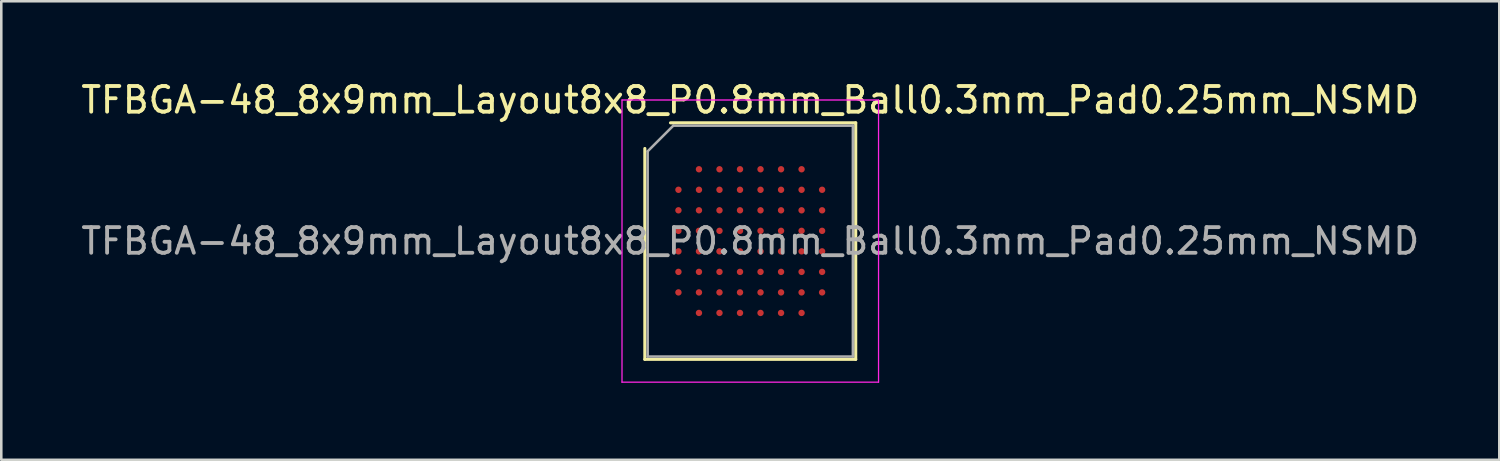
<source format=kicad_pcb>
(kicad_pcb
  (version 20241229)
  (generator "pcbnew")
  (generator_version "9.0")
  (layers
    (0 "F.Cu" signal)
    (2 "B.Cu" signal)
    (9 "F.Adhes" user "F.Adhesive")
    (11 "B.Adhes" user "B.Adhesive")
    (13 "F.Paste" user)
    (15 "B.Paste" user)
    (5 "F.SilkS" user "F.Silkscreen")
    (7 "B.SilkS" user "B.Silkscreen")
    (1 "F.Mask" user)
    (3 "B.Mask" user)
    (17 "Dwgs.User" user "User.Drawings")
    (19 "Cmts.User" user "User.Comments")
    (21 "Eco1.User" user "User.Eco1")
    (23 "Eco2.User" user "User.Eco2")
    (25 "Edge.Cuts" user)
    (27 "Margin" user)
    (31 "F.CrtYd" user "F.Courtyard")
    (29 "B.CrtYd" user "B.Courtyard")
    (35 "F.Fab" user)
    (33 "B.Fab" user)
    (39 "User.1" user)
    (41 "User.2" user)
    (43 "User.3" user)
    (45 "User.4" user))
  (footprint "TFBGA-48_8x9mm_Layout8x8_P0.8mm_Ball0.3mm_Pad0.25mm_NSMD"
    (layer "F.Cu")
    (at 26.196 6.348)
    (property "Reference" "TFBGA-48_8x9mm_Layout8x8_P0.8mm_Ball0.3mm_Pad0.25mm_NSMD" (at 0 -5.5 0) (layer "F.SilkS") (effects (font (size 1 1) (thickness 0.15))))
    (attr smd)
    (fp_line (start -4.11 4.61) (end -4.11 -3.61) (stroke (width 0.12) (type solid)) (layer "F.SilkS"))
    (fp_line (start -3.11 -4.61) (end 4.11 -4.61) (stroke (width 0.12) (type solid)) (layer "F.SilkS"))
    (fp_line (start 4.11 -4.61) (end 4.11 4.61) (stroke (width 0.12) (type solid)) (layer "F.SilkS"))
    (fp_line (start 4.11 4.61) (end -4.11 4.61) (stroke (width 0.12) (type solid)) (layer "F.SilkS"))
    (fp_line (start -5 -5.5) (end -5 5.5) (stroke (width 0.05) (type solid)) (layer "F.CrtYd"))
    (fp_line (start -5 5.5) (end 5 5.5) (stroke (width 0.05) (type solid)) (layer "F.CrtYd"))
    (fp_line (start 5 -5.5) (end -5 -5.5) (stroke (width 0.05) (type solid)) (layer "F.CrtYd"))
    (fp_line (start 5 5.5) (end 5 -5.5) (stroke (width 0.05) (type solid)) (layer "F.CrtYd"))
    (fp_line (start -4 -3.5) (end -3 -4.5) (stroke (width 0.1) (type solid)) (layer "F.Fab"))
    (fp_line (start -4 4.5) (end -4 -3.5) (stroke (width 0.1) (type solid)) (layer "F.Fab"))
    (fp_line (start -3 -4.5) (end 4 -4.5) (stroke (width 0.1) (type solid)) (layer "F.Fab"))
    (fp_line (start 4 -4.5) (end 4 4.5) (stroke (width 0.1) (type solid)) (layer "F.Fab"))
    (fp_line (start 4 4.5) (end -4 4.5) (stroke (width 0.1) (type solid)) (layer "F.Fab"))
    (fp_text user "${REFERENCE}" (at 0 0 0) (layer "F.Fab") (effects (font (size 1 1) (thickness 0.15))))
    (pad "A2" smd circle (at -2 -2.8) (size 0.25 0.25) (layers "F.Cu" "F.Mask" "F.Paste"))
    (pad "A3" smd circle (at -1.2 -2.8) (size 0.25 0.25) (layers "F.Cu" "F.Mask" "F.Paste"))
    (pad "A4" smd circle (at -0.4 -2.8) (size 0.25 0.25) (layers "F.Cu" "F.Mask" "F.Paste"))
    (pad "A5" smd circle (at 0.4 -2.8) (size 0.25 0.25) (layers "F.Cu" "F.Mask" "F.Paste"))
    (pad "A6" smd circle (at 1.2 -2.8) (size 0.25 0.25) (layers "F.Cu" "F.Mask" "F.Paste"))
    (pad "A7" smd circle (at 2 -2.8) (size 0.25 0.25) (layers "F.Cu" "F.Mask" "F.Paste"))
    (pad "B1" smd circle (at -2.8 -2) (size 0.25 0.25) (layers "F.Cu" "F.Mask" "F.Paste"))
    (pad "B2" smd circle (at -2 -2) (size 0.25 0.25) (layers "F.Cu" "F.Mask" "F.Paste"))
    (pad "B3" smd circle (at -1.2 -2) (size 0.25 0.25) (layers "F.Cu" "F.Mask" "F.Paste"))
    (pad "B4" smd circle (at -0.4 -2) (size 0.25 0.25) (layers "F.Cu" "F.Mask" "F.Paste"))
    (pad "B5" smd circle (at 0.4 -2) (size 0.25 0.25) (layers "F.Cu" "F.Mask" "F.Paste"))
    (pad "B6" smd circle (at 1.2 -2) (size 0.25 0.25) (layers "F.Cu" "F.Mask" "F.Paste"))
    (pad "B7" smd circle (at 2 -2) (size 0.25 0.25) (layers "F.Cu" "F.Mask" "F.Paste"))
    (pad "B8" smd circle (at 2.8 -2) (size 0.25 0.25) (layers "F.Cu" "F.Mask" "F.Paste"))
    (pad "C1" smd circle (at -2.8 -1.2) (size 0.25 0.25) (layers "F.Cu" "F.Mask" "F.Paste"))
    (pad "C2" smd circle (at -2 -1.2) (size 0.25 0.25) (layers "F.Cu" "F.Mask" "F.Paste"))
    (pad "C3" smd circle (at -1.2 -1.2) (size 0.25 0.25) (layers "F.Cu" "F.Mask" "F.Paste"))
    (pad "C4" smd circle (at -0.4 -1.2) (size 0.25 0.25) (layers "F.Cu" "F.Mask" "F.Paste"))
    (pad "C5" smd circle (at 0.4 -1.2) (size 0.25 0.25) (layers "F.Cu" "F.Mask" "F.Paste"))
    (pad "C6" smd circle (at 1.2 -1.2) (size 0.25 0.25) (layers "F.Cu" "F.Mask" "F.Paste"))
    (pad "C7" smd circle (at 2 -1.2) (size 0.25 0.25) (layers "F.Cu" "F.Mask" "F.Paste"))
    (pad "C8" smd circle (at 2.8 -1.2) (size 0.25 0.25) (layers "F.Cu" "F.Mask" "F.Paste"))
    (pad "D1" smd circle (at -2.8 -0.4) (size 0.25 0.25) (layers "F.Cu" "F.Mask" "F.Paste"))
    (pad "D2" smd circle (at -2 -0.4) (size 0.25 0.25) (layers "F.Cu" "F.Mask" "F.Paste"))
    (pad "D3" smd circle (at -1.2 -0.4) (size 0.25 0.25) (layers "F.Cu" "F.Mask" "F.Paste"))
    (pad "D4" smd circle (at -0.4 -0.4) (size 0.25 0.25) (layers "F.Cu" "F.Mask" "F.Paste"))
    (pad "D5" smd circle (at 0.4 -0.4) (size 0.25 0.25) (layers "F.Cu" "F.Mask" "F.Paste"))
    (pad "D6" smd circle (at 1.2 -0.4) (size 0.25 0.25) (layers "F.Cu" "F.Mask" "F.Paste"))
    (pad "D7" smd circle (at 2 -0.4) (size 0.25 0.25) (layers "F.Cu" "F.Mask" "F.Paste"))
    (pad "D8" smd circle (at 2.8 -0.4) (size 0.25 0.25) (layers "F.Cu" "F.Mask" "F.Paste"))
    (pad "E1" smd circle (at -2.8 0.4) (size 0.25 0.25) (layers "F.Cu" "F.Mask" "F.Paste"))
    (pad "E2" smd circle (at -2 0.4) (size 0.25 0.25) (layers "F.Cu" "F.Mask" "F.Paste"))
    (pad "E3" smd circle (at -1.2 0.4) (size 0.25 0.25) (layers "F.Cu" "F.Mask" "F.Paste"))
    (pad "E4" smd circle (at -0.4 0.4) (size 0.25 0.25) (layers "F.Cu" "F.Mask" "F.Paste"))
    (pad "E5" smd circle (at 0.4 0.4) (size 0.25 0.25) (layers "F.Cu" "F.Mask" "F.Paste"))
    (pad "E6" smd circle (at 1.2 0.4) (size 0.25 0.25) (layers "F.Cu" "F.Mask" "F.Paste"))
    (pad "E7" smd circle (at 2 0.4) (size 0.25 0.25) (layers "F.Cu" "F.Mask" "F.Paste"))
    (pad "E8" smd circle (at 2.8 0.4) (size 0.25 0.25) (layers "F.Cu" "F.Mask" "F.Paste"))
    (pad "F1" smd circle (at -2.8 1.2) (size 0.25 0.25) (layers "F.Cu" "F.Mask" "F.Paste"))
    (pad "F2" smd circle (at -2 1.2) (size 0.25 0.25) (layers "F.Cu" "F.Mask" "F.Paste"))
    (pad "F3" smd circle (at -1.2 1.2) (size 0.25 0.25) (layers "F.Cu" "F.Mask" "F.Paste"))
    (pad "F4" smd circle (at -0.4 1.2) (size 0.25 0.25) (layers "F.Cu" "F.Mask" "F.Paste"))
    (pad "F5" smd circle (at 0.4 1.2) (size 0.25 0.25) (layers "F.Cu" "F.Mask" "F.Paste"))
    (pad "F6" smd circle (at 1.2 1.2) (size 0.25 0.25) (layers "F.Cu" "F.Mask" "F.Paste"))
    (pad "F7" smd circle (at 2 1.2) (size 0.25 0.25) (layers "F.Cu" "F.Mask" "F.Paste"))
    (pad "F8" smd circle (at 2.8 1.2) (size 0.25 0.25) (layers "F.Cu" "F.Mask" "F.Paste"))
    (pad "G1" smd circle (at -2.8 2) (size 0.25 0.25) (layers "F.Cu" "F.Mask" "F.Paste"))
    (pad "G2" smd circle (at -2 2) (size 0.25 0.25) (layers "F.Cu" "F.Mask" "F.Paste"))
    (pad "G3" smd circle (at -1.2 2) (size 0.25 0.25) (layers "F.Cu" "F.Mask" "F.Paste"))
    (pad "G4" smd circle (at -0.4 2) (size 0.25 0.25) (layers "F.Cu" "F.Mask" "F.Paste"))
    (pad "G5" smd circle (at 0.4 2) (size 0.25 0.25) (layers "F.Cu" "F.Mask" "F.Paste"))
    (pad "G6" smd circle (at 1.2 2) (size 0.25 0.25) (layers "F.Cu" "F.Mask" "F.Paste"))
    (pad "G7" smd circle (at 2 2) (size 0.25 0.25) (layers "F.Cu" "F.Mask" "F.Paste"))
    (pad "G8" smd circle (at 2.8 2) (size 0.25 0.25) (layers "F.Cu" "F.Mask" "F.Paste"))
    (pad "H2" smd circle (at -2 2.8) (size 0.25 0.25) (layers "F.Cu" "F.Mask" "F.Paste"))
    (pad "H3" smd circle (at -1.2 2.8) (size 0.25 0.25) (layers "F.Cu" "F.Mask" "F.Paste"))
    (pad "H4" smd circle (at -0.4 2.8) (size 0.25 0.25) (layers "F.Cu" "F.Mask" "F.Paste"))
    (pad "H5" smd circle (at 0.4 2.8) (size 0.25 0.25) (layers "F.Cu" "F.Mask" "F.Paste"))
    (pad "H6" smd circle (at 1.2 2.8) (size 0.25 0.25) (layers "F.Cu" "F.Mask" "F.Paste"))
    (pad "H7" smd circle (at 2 2.8) (size 0.25 0.25) (layers "F.Cu" "F.Mask" "F.Paste")))
  (gr_rect
    (start -3 -3)
    (end 55.393 14.873)
    (stroke (width 0.1) (type default))
    (fill no)
    (layer "Edge.Cuts")))
</source>
